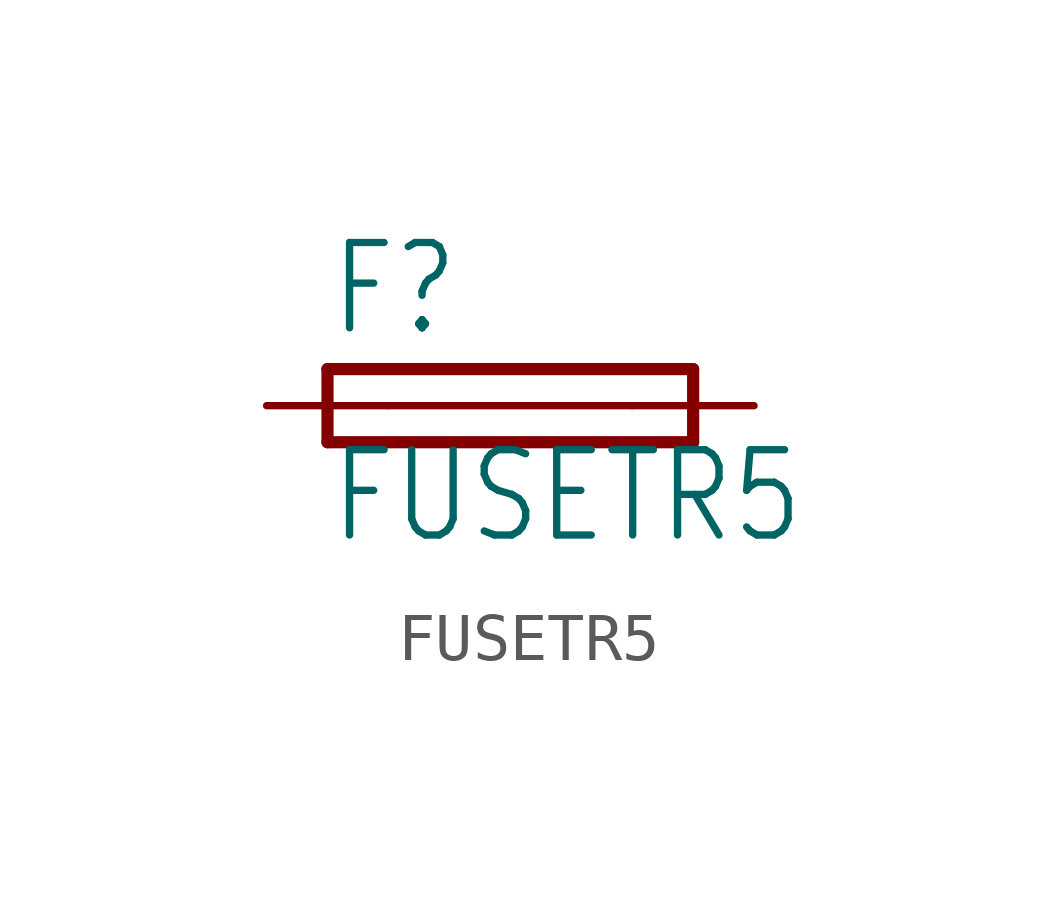
<source format=kicad_sym>
(kicad_symbol_lib
  (version 20200126)
  (host kicad_symbol_editor "5.99.0-unknown-aa7ce74~88~ubuntu18.04.1")
  (symbol "FUSETR5"
    (property "Reference" "F"
      (at -3.81 1.397 0)
      (effects (font (size 1.778 1.511)) (justify left bottom)))
    (property "Value" "FUSETR5"
      (at -3.81 -2.921 0)
      (effects (font (size 1.778 1.511)) (justify left bottom)))
    (property "ki_locked" ""
      (at 0 0 0)
      (effects (font (size 1.27 1.27))))
    (symbol "FUSETR5_1_0"
      (polyline (pts (xy -3.81 -0.762) (xy 3.81 -0.762)) (stroke (width 0.254)) (fill (type none)))
      (polyline (pts (xy 3.81 0.762) (xy -3.81 0.762)) (stroke (width 0.254)) (fill (type none)))
      (polyline (pts (xy 3.81 -0.762) (xy 3.81 0.762)) (stroke (width 0.254)) (fill (type none)))
      (polyline (pts (xy -3.81 0.762) (xy -3.81 -0.762)) (stroke (width 0.254)) (fill (type none)))
      (polyline (pts (xy -2.54 0) (xy 2.54 0)) (stroke (width 0.152)) (fill (type none)))
      (pin passive line (at 5.08 0 180) (length 2.54) (name "2" (effects (font (size 0 0)))) (number "2" (effects (font (size 0 0)))))
      (pin passive line (at -5.08 0 0) (length 2.54) (name "1" (effects (font (size 0 0)))) (number "1" (effects (font (size 0 0))))))))
</source>
